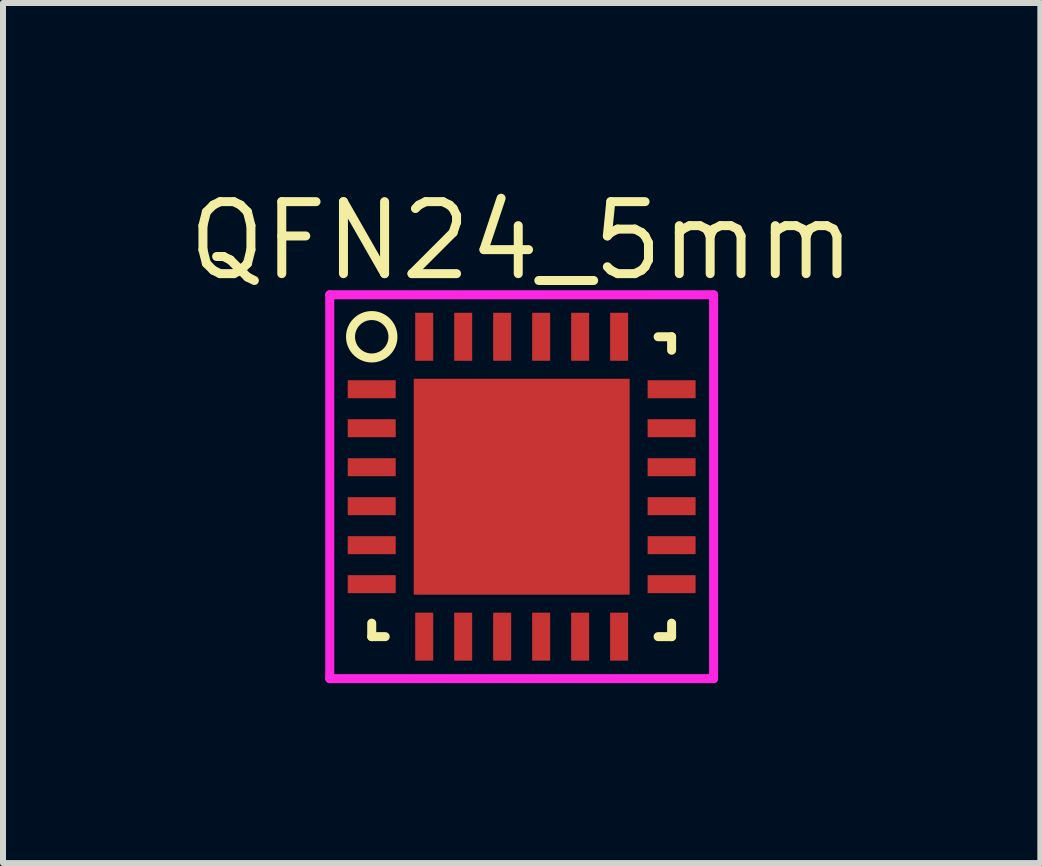
<source format=kicad_pcb>
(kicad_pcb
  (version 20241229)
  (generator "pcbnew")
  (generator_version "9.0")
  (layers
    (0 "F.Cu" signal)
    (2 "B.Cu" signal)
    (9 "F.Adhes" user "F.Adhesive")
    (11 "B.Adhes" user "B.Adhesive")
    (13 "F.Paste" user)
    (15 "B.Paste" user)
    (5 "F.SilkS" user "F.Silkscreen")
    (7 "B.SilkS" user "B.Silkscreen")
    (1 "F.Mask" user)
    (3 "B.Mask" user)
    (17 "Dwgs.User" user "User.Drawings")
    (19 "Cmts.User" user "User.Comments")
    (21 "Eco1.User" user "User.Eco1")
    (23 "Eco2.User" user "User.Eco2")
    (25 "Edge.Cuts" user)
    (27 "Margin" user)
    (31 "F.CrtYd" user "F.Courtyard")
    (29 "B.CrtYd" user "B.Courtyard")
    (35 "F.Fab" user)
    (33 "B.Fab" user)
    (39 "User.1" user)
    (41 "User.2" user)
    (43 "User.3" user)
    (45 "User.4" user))
  (footprint "QFN24_5mm"
    (layer "F.Cu")
    (at 5.648 5.065)
    (property "Reference" "QFN24_5mm" (at 0 -4.1 0) (layer "F.SilkS") (effects (font (size 1.2 1.2) (thickness 0.15))))
    (attr through_hole)
    (fp_line (start -2.5 2.5) (end -2.5 2.275) (stroke (width 0.15) (type solid)) (layer "F.SilkS"))
    (fp_line (start -2.275 2.5) (end -2.5 2.5) (stroke (width 0.15) (type solid)) (layer "F.SilkS"))
    (fp_line (start 2.275 -2.5) (end 2.5 -2.5) (stroke (width 0.15) (type solid)) (layer "F.SilkS"))
    (fp_line (start 2.275 2.5) (end 2.5 2.5) (stroke (width 0.15) (type solid)) (layer "F.SilkS"))
    (fp_line (start 2.5 -2.5) (end 2.5 -2.275) (stroke (width 0.15) (type solid)) (layer "F.SilkS"))
    (fp_line (start 2.5 2.5) (end 2.5 2.275) (stroke (width 0.15) (type solid)) (layer "F.SilkS"))
    (fp_circle (center -2.5 -2.5) (end -2.25 -2.25) (stroke (width 0.15) (type solid)) (fill no) (layer "F.SilkS"))
    (fp_line (start -3.2 -3.2) (end 3.2 -3.2) (stroke (width 0.15) (type solid)) (layer "F.CrtYd"))
    (fp_line (start -3.2 3.2) (end -3.2 -3.2) (stroke (width 0.15) (type solid)) (layer "F.CrtYd"))
    (fp_line (start 3.2 -3.2) (end 3.2 3.2) (stroke (width 0.15) (type solid)) (layer "F.CrtYd"))
    (fp_line (start 3.2 3.2) (end -3.2 3.2) (stroke (width 0.15) (type solid)) (layer "F.CrtYd"))
    (pad "1" smd rect (at -2.5 -1.625 90) (size 0.3 0.8) (layers "F.Cu" "F.Mask" "F.Paste"))
    (pad "2" smd rect (at -2.5 -0.975 90) (size 0.3 0.8) (layers "F.Cu" "F.Mask" "F.Paste"))
    (pad "3" smd rect (at -2.5 -0.325 90) (size 0.3 0.8) (layers "F.Cu" "F.Mask" "F.Paste"))
    (pad "4" smd rect (at -2.5 0.325 90) (size 0.3 0.8) (layers "F.Cu" "F.Mask" "F.Paste"))
    (pad "5" smd rect (at -2.5 0.975 90) (size 0.3 0.8) (layers "F.Cu" "F.Mask" "F.Paste"))
    (pad "6" smd rect (at -2.5 1.625 90) (size 0.3 0.8) (layers "F.Cu" "F.Mask" "F.Paste"))
    (pad "7" smd rect (at -1.625 2.5) (size 0.3 0.8) (layers "F.Cu" "F.Mask" "F.Paste"))
    (pad "8" smd rect (at -0.975 2.5) (size 0.3 0.8) (layers "F.Cu" "F.Mask" "F.Paste"))
    (pad "9" smd rect (at -0.325 2.5) (size 0.3 0.8) (layers "F.Cu" "F.Mask" "F.Paste"))
    (pad "10" smd rect (at 0.325 2.5) (size 0.3 0.8) (layers "F.Cu" "F.Mask" "F.Paste"))
    (pad "11" smd rect (at 0.975 2.5) (size 0.3 0.8) (layers "F.Cu" "F.Mask" "F.Paste"))
    (pad "12" smd rect (at 1.625 2.5) (size 0.3 0.8) (layers "F.Cu" "F.Mask" "F.Paste"))
    (pad "13" smd rect (at 2.5 1.625 90) (size 0.3 0.8) (layers "F.Cu" "F.Mask" "F.Paste"))
    (pad "14" smd rect (at 2.5 0.975 90) (size 0.3 0.8) (layers "F.Cu" "F.Mask" "F.Paste"))
    (pad "15" smd rect (at 2.5 0.325 90) (size 0.3 0.8) (layers "F.Cu" "F.Mask" "F.Paste"))
    (pad "16" smd rect (at 2.5 -0.325 90) (size 0.3 0.8) (layers "F.Cu" "F.Mask" "F.Paste"))
    (pad "17" smd rect (at 2.5 -0.975 90) (size 0.3 0.8) (layers "F.Cu" "F.Mask" "F.Paste"))
    (pad "18" smd rect (at 2.5 -1.625 90) (size 0.3 0.8) (layers "F.Cu" "F.Mask" "F.Paste"))
    (pad "19" smd rect (at 1.625 -2.5) (size 0.3 0.8) (layers "F.Cu" "F.Mask" "F.Paste"))
    (pad "20" smd rect (at 0.975 -2.5) (size 0.3 0.8) (layers "F.Cu" "F.Mask" "F.Paste"))
    (pad "21" smd rect (at 0.325 -2.5) (size 0.3 0.8) (layers "F.Cu" "F.Mask" "F.Paste"))
    (pad "22" smd rect (at -0.325 -2.5) (size 0.3 0.8) (layers "F.Cu" "F.Mask" "F.Paste"))
    (pad "23" smd rect (at -0.975 -2.5) (size 0.3 0.8) (layers "F.Cu" "F.Mask" "F.Paste"))
    (pad "24" smd rect (at -1.625 -2.5) (size 0.3 0.8) (layers "F.Cu" "F.Mask" "F.Paste"))
    (pad "EP" smd rect (at 0 0) (size 3.6 3.6) (layers "F.Cu" "F.Mask" "F.Paste")))
  (gr_rect
    (start -3 -3)
    (end 14.296 11.34)
    (stroke (width 0.1) (type default))
    (fill no)
    (layer "Edge.Cuts")))
</source>
